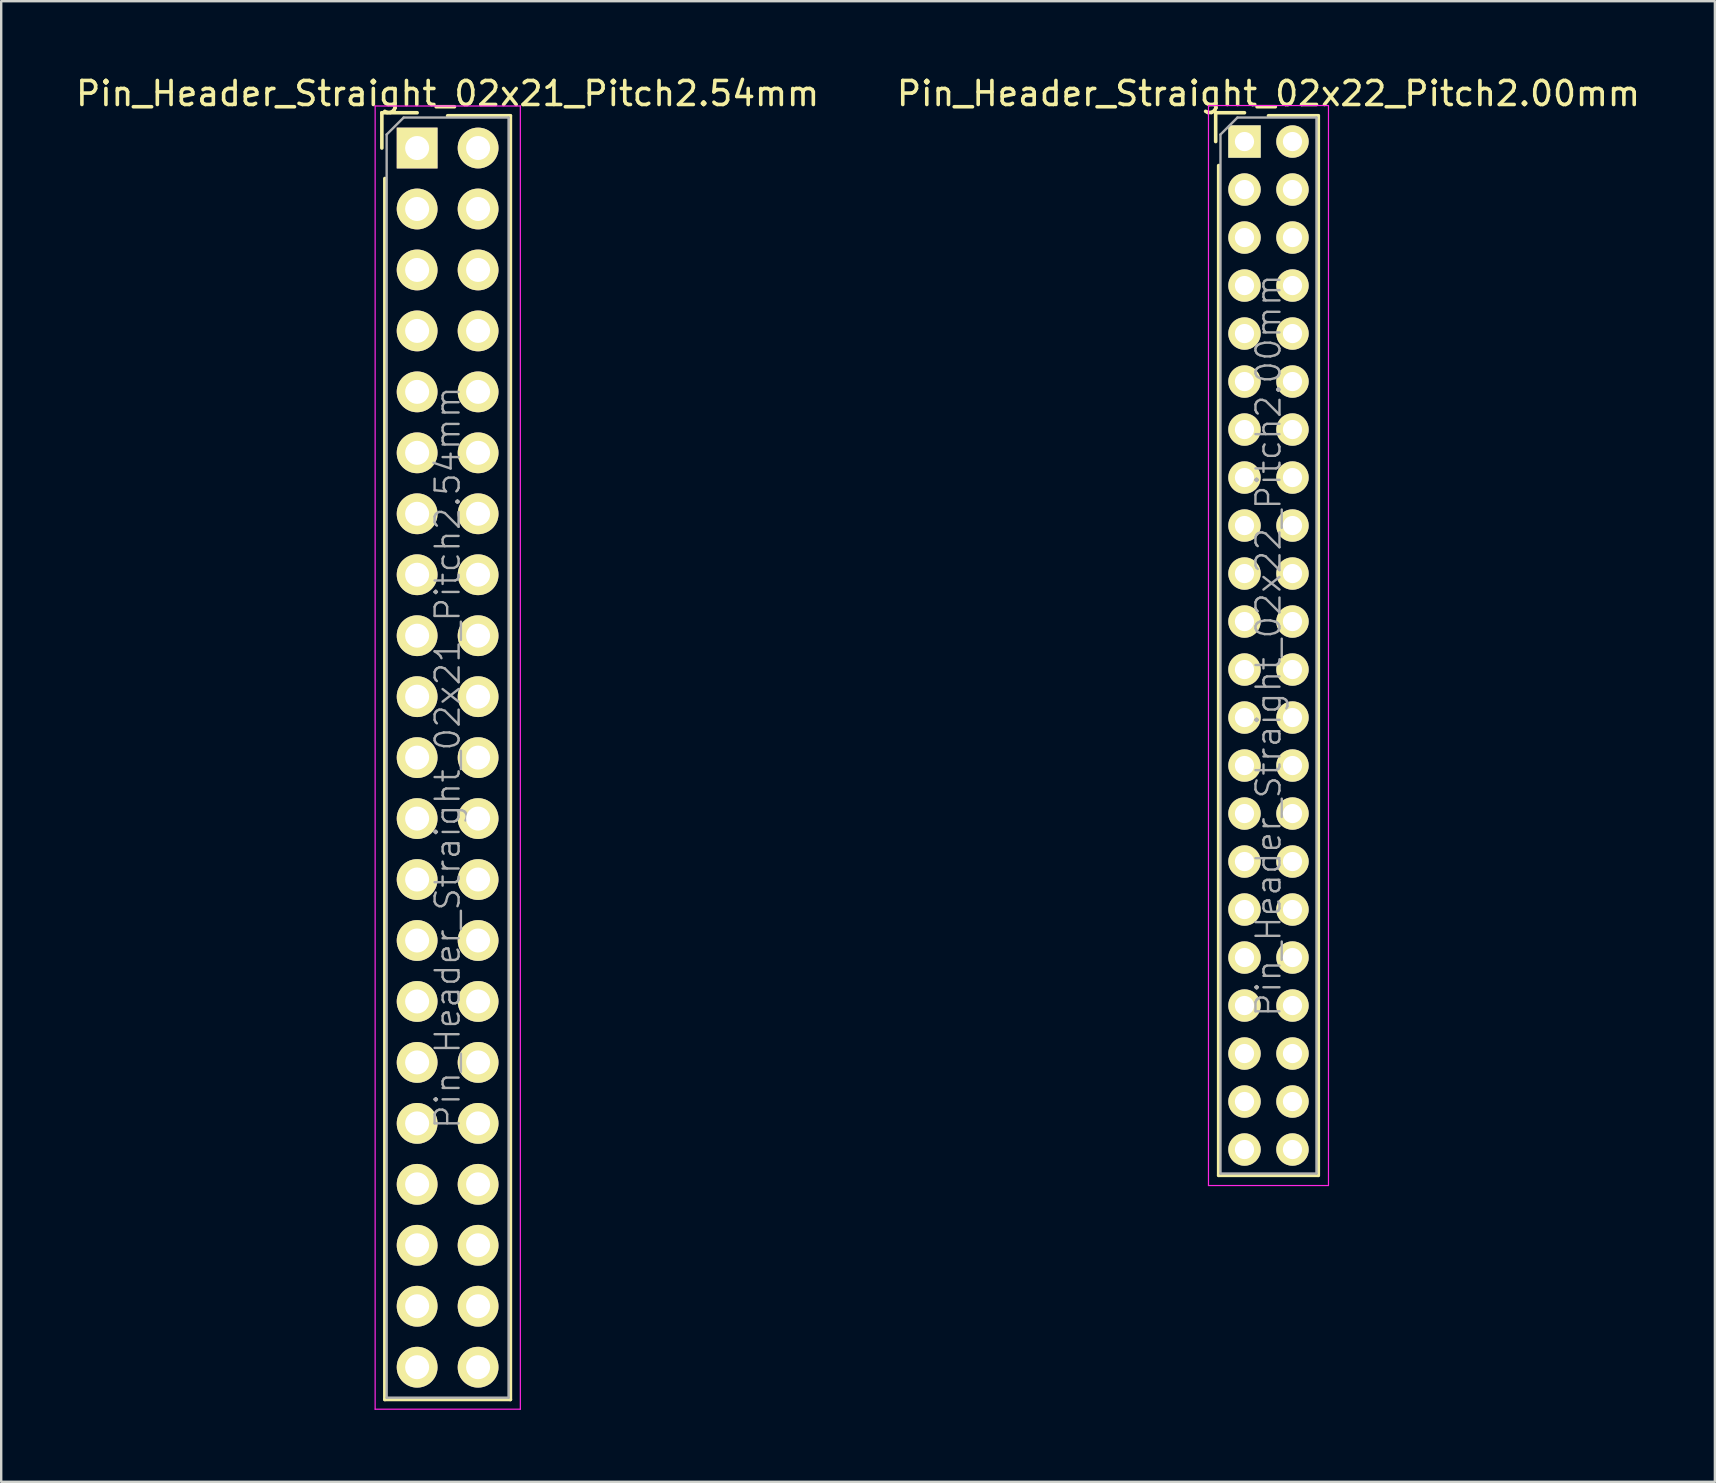
<source format=kicad_pcb>
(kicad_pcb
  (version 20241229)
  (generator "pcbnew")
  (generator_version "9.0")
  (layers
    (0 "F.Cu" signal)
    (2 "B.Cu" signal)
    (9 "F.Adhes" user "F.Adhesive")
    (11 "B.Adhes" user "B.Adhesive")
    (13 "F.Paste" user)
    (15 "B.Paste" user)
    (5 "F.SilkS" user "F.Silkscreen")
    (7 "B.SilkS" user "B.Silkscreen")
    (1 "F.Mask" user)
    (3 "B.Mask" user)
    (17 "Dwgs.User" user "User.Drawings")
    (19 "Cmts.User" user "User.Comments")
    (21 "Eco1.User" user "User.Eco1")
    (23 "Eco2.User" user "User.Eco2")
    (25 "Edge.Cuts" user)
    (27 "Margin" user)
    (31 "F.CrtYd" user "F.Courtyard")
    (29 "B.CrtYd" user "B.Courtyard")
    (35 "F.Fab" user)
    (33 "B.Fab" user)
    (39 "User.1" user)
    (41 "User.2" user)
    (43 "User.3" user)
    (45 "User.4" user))
  (footprint "Pin_Header_Straight_02x21_Pitch2.54mm"
    (layer "F.Cu")
    (at 14.331 3.118)
    (property "Reference" "Pin_Header_Straight_02x21_Pitch2.54mm" (at 1.27 -2.27 0) (layer "F.SilkS") (effects (font (size 1 1) (thickness 0.15))))
    (attr smd)
    (fp_line (start -1.47 -1.47) (end -1.47 0) (stroke (width 0.15) (type solid)) (layer "F.SilkS"))
    (fp_line (start -1.47 -1.47) (end 0 -1.47) (stroke (width 0.15) (type solid)) (layer "F.SilkS"))
    (fp_line (start -1.345 1.27) (end -1.345 52.145) (stroke (width 0.15) (type solid)) (layer "F.SilkS"))
    (fp_line (start -1.345 52.145) (end 3.885 52.145) (stroke (width 0.15) (type solid)) (layer "F.SilkS"))
    (fp_line (start 1.27 -1.345) (end 3.885 -1.345) (stroke (width 0.15) (type solid)) (layer "F.SilkS"))
    (fp_line (start 3.885 -1.345) (end 3.885 52.145) (stroke (width 0.15) (type solid)) (layer "F.SilkS"))
    (fp_line (start -1.75 -1.75) (end -1.75 52.55) (stroke (width 0.05) (type solid)) (layer "F.CrtYd"))
    (fp_line (start 4.3 -1.75) (end -1.75 -1.75) (stroke (width 0.05) (type solid)) (layer "F.CrtYd"))
    (fp_line (start 4.3 -1.75) (end 4.3 52.55) (stroke (width 0.05) (type solid)) (layer "F.CrtYd"))
    (fp_line (start 4.3 52.55) (end -1.75 52.55) (stroke (width 0.05) (type solid)) (layer "F.CrtYd"))
    (fp_line (start -1.27 -0.563) (end -0.563 -1.27) (stroke (width 0.1) (type solid)) (layer "F.Fab"))
    (fp_line (start -1.27 52.07) (end -1.27 -0.563) (stroke (width 0.1) (type solid)) (layer "F.Fab"))
    (fp_line (start 3.81 -1.27) (end -0.563 -1.27) (stroke (width 0.1) (type solid)) (layer "F.Fab"))
    (fp_line (start 3.81 52.07) (end -1.27 52.07) (stroke (width 0.1) (type solid)) (layer "F.Fab"))
    (fp_line (start 3.81 52.07) (end 3.81 -1.27) (stroke (width 0.1) (type solid)) (layer "F.Fab"))
    (fp_text user "${REFERENCE}" (at 1.27 25.4 90) (layer "F.Fab") (effects (font (size 1 1) (thickness 0.1))))
    (pad "1" thru_hole rect (at 0 0) (size 1.7 1.7) (drill 1) (layers "*.Cu" "*.Mask" "F.SilkS"))
    (pad "2" thru_hole oval (at 2.54 0) (size 1.7 1.7) (drill 1) (layers "*.Cu" "*.Mask" "F.SilkS"))
    (pad "3" thru_hole oval (at 0 2.54) (size 1.7 1.7) (drill 1) (layers "*.Cu" "*.Mask" "F.SilkS"))
    (pad "4" thru_hole oval (at 2.54 2.54) (size 1.7 1.7) (drill 1) (layers "*.Cu" "*.Mask" "F.SilkS"))
    (pad "5" thru_hole oval (at 0 5.08) (size 1.7 1.7) (drill 1) (layers "*.Cu" "*.Mask" "F.SilkS"))
    (pad "6" thru_hole oval (at 2.54 5.08) (size 1.7 1.7) (drill 1) (layers "*.Cu" "*.Mask" "F.SilkS"))
    (pad "7" thru_hole oval (at 0 7.62) (size 1.7 1.7) (drill 1) (layers "*.Cu" "*.Mask" "F.SilkS"))
    (pad "8" thru_hole oval (at 2.54 7.62) (size 1.7 1.7) (drill 1) (layers "*.Cu" "*.Mask" "F.SilkS"))
    (pad "9" thru_hole oval (at 0 10.16) (size 1.7 1.7) (drill 1) (layers "*.Cu" "*.Mask" "F.SilkS"))
    (pad "10" thru_hole oval (at 2.54 10.16) (size 1.7 1.7) (drill 1) (layers "*.Cu" "*.Mask" "F.SilkS"))
    (pad "11" thru_hole oval (at 0 12.7) (size 1.7 1.7) (drill 1) (layers "*.Cu" "*.Mask" "F.SilkS"))
    (pad "12" thru_hole oval (at 2.54 12.7) (size 1.7 1.7) (drill 1) (layers "*.Cu" "*.Mask" "F.SilkS"))
    (pad "13" thru_hole oval (at 0 15.24) (size 1.7 1.7) (drill 1) (layers "*.Cu" "*.Mask" "F.SilkS"))
    (pad "14" thru_hole oval (at 2.54 15.24) (size 1.7 1.7) (drill 1) (layers "*.Cu" "*.Mask" "F.SilkS"))
    (pad "15" thru_hole oval (at 0 17.78) (size 1.7 1.7) (drill 1) (layers "*.Cu" "*.Mask" "F.SilkS"))
    (pad "16" thru_hole oval (at 2.54 17.78) (size 1.7 1.7) (drill 1) (layers "*.Cu" "*.Mask" "F.SilkS"))
    (pad "17" thru_hole oval (at 0 20.32) (size 1.7 1.7) (drill 1) (layers "*.Cu" "*.Mask" "F.SilkS"))
    (pad "18" thru_hole oval (at 2.54 20.32) (size 1.7 1.7) (drill 1) (layers "*.Cu" "*.Mask" "F.SilkS"))
    (pad "19" thru_hole oval (at 0 22.86) (size 1.7 1.7) (drill 1) (layers "*.Cu" "*.Mask" "F.SilkS"))
    (pad "20" thru_hole oval (at 2.54 22.86) (size 1.7 1.7) (drill 1) (layers "*.Cu" "*.Mask" "F.SilkS"))
    (pad "21" thru_hole oval (at 0 25.4) (size 1.7 1.7) (drill 1) (layers "*.Cu" "*.Mask" "F.SilkS"))
    (pad "22" thru_hole oval (at 2.54 25.4) (size 1.7 1.7) (drill 1) (layers "*.Cu" "*.Mask" "F.SilkS"))
    (pad "23" thru_hole oval (at 0 27.94) (size 1.7 1.7) (drill 1) (layers "*.Cu" "*.Mask" "F.SilkS"))
    (pad "24" thru_hole oval (at 2.54 27.94) (size 1.7 1.7) (drill 1) (layers "*.Cu" "*.Mask" "F.SilkS"))
    (pad "25" thru_hole oval (at 0 30.48) (size 1.7 1.7) (drill 1) (layers "*.Cu" "*.Mask" "F.SilkS"))
    (pad "26" thru_hole oval (at 2.54 30.48) (size 1.7 1.7) (drill 1) (layers "*.Cu" "*.Mask" "F.SilkS"))
    (pad "27" thru_hole oval (at 0 33.02) (size 1.7 1.7) (drill 1) (layers "*.Cu" "*.Mask" "F.SilkS"))
    (pad "28" thru_hole oval (at 2.54 33.02) (size 1.7 1.7) (drill 1) (layers "*.Cu" "*.Mask" "F.SilkS"))
    (pad "29" thru_hole oval (at 0 35.56) (size 1.7 1.7) (drill 1) (layers "*.Cu" "*.Mask" "F.SilkS"))
    (pad "30" thru_hole oval (at 2.54 35.56) (size 1.7 1.7) (drill 1) (layers "*.Cu" "*.Mask" "F.SilkS"))
    (pad "31" thru_hole oval (at 0 38.1) (size 1.7 1.7) (drill 1) (layers "*.Cu" "*.Mask" "F.SilkS"))
    (pad "32" thru_hole oval (at 2.54 38.1) (size 1.7 1.7) (drill 1) (layers "*.Cu" "*.Mask" "F.SilkS"))
    (pad "33" thru_hole oval (at 0 40.64) (size 1.7 1.7) (drill 1) (layers "*.Cu" "*.Mask" "F.SilkS"))
    (pad "34" thru_hole oval (at 2.54 40.64) (size 1.7 1.7) (drill 1) (layers "*.Cu" "*.Mask" "F.SilkS"))
    (pad "35" thru_hole oval (at 0 43.18) (size 1.7 1.7) (drill 1) (layers "*.Cu" "*.Mask" "F.SilkS"))
    (pad "36" thru_hole oval (at 2.54 43.18) (size 1.7 1.7) (drill 1) (layers "*.Cu" "*.Mask" "F.SilkS"))
    (pad "37" thru_hole oval (at 0 45.72) (size 1.7 1.7) (drill 1) (layers "*.Cu" "*.Mask" "F.SilkS"))
    (pad "38" thru_hole oval (at 2.54 45.72) (size 1.7 1.7) (drill 1) (layers "*.Cu" "*.Mask" "F.SilkS"))
    (pad "39" thru_hole oval (at 0 48.26) (size 1.7 1.7) (drill 1) (layers "*.Cu" "*.Mask" "F.SilkS"))
    (pad "40" thru_hole oval (at 2.54 48.26) (size 1.7 1.7) (drill 1) (layers "*.Cu" "*.Mask" "F.SilkS"))
    (pad "41" thru_hole oval (at 0 50.8) (size 1.7 1.7) (drill 1) (layers "*.Cu" "*.Mask" "F.SilkS"))
    (pad "42" thru_hole oval (at 2.54 50.8) (size 1.7 1.7) (drill 1) (layers "*.Cu" "*.Mask" "F.SilkS")))
  (footprint "Pin_Header_Straight_02x22_Pitch2.00mm"
    (layer "F.Cu")
    (at 48.804 2.848)
    (property "Reference" "Pin_Header_Straight_02x22_Pitch2.00mm" (at 1 -2 0) (layer "F.SilkS") (effects (font (size 1 1) (thickness 0.15))))
    (attr smd)
    (fp_line (start -1.2 -1.2) (end -1.2 0) (stroke (width 0.15) (type solid)) (layer "F.SilkS"))
    (fp_line (start -1.2 -1.2) (end 0 -1.2) (stroke (width 0.15) (type solid)) (layer "F.SilkS"))
    (fp_line (start -1.075 1) (end -1.075 43.075) (stroke (width 0.15) (type solid)) (layer "F.SilkS"))
    (fp_line (start -1.075 43.075) (end 3.075 43.075) (stroke (width 0.15) (type solid)) (layer "F.SilkS"))
    (fp_line (start 1 -1.075) (end 3.075 -1.075) (stroke (width 0.15) (type solid)) (layer "F.SilkS"))
    (fp_line (start 3.075 -1.075) (end 3.075 43.075) (stroke (width 0.15) (type solid)) (layer "F.SilkS"))
    (fp_line (start -1.5 -1.5) (end -1.5 43.5) (stroke (width 0.05) (type solid)) (layer "F.CrtYd"))
    (fp_line (start 3.5 -1.5) (end -1.5 -1.5) (stroke (width 0.05) (type solid)) (layer "F.CrtYd"))
    (fp_line (start 3.5 -1.5) (end 3.5 43.5) (stroke (width 0.05) (type solid)) (layer "F.CrtYd"))
    (fp_line (start 3.5 43.5) (end -1.5 43.5) (stroke (width 0.05) (type solid)) (layer "F.CrtYd"))
    (fp_line (start -1 -0.293) (end -0.293 -1) (stroke (width 0.1) (type solid)) (layer "F.Fab"))
    (fp_line (start -1 43) (end -1 -0.293) (stroke (width 0.1) (type solid)) (layer "F.Fab"))
    (fp_line (start 3 -1) (end -0.293 -1) (stroke (width 0.1) (type solid)) (layer "F.Fab"))
    (fp_line (start 3 43) (end -1 43) (stroke (width 0.1) (type solid)) (layer "F.Fab"))
    (fp_line (start 3 43) (end 3 -1) (stroke (width 0.1) (type solid)) (layer "F.Fab"))
    (fp_text user "${REFERENCE}" (at 1 21 90) (layer "F.Fab") (effects (font (size 1 1) (thickness 0.1))))
    (pad "1" thru_hole rect (at 0 0) (size 1.35 1.35) (drill 0.8) (layers "*.Cu" "*.Mask" "F.SilkS"))
    (pad "2" thru_hole oval (at 2 0) (size 1.35 1.35) (drill 0.8) (layers "*.Cu" "*.Mask" "F.SilkS"))
    (pad "3" thru_hole oval (at 0 2) (size 1.35 1.35) (drill 0.8) (layers "*.Cu" "*.Mask" "F.SilkS"))
    (pad "4" thru_hole oval (at 2 2) (size 1.35 1.35) (drill 0.8) (layers "*.Cu" "*.Mask" "F.SilkS"))
    (pad "5" thru_hole oval (at 0 4) (size 1.35 1.35) (drill 0.8) (layers "*.Cu" "*.Mask" "F.SilkS"))
    (pad "6" thru_hole oval (at 2 4) (size 1.35 1.35) (drill 0.8) (layers "*.Cu" "*.Mask" "F.SilkS"))
    (pad "7" thru_hole oval (at 0 6) (size 1.35 1.35) (drill 0.8) (layers "*.Cu" "*.Mask" "F.SilkS"))
    (pad "8" thru_hole oval (at 2 6) (size 1.35 1.35) (drill 0.8) (layers "*.Cu" "*.Mask" "F.SilkS"))
    (pad "9" thru_hole oval (at 0 8) (size 1.35 1.35) (drill 0.8) (layers "*.Cu" "*.Mask" "F.SilkS"))
    (pad "10" thru_hole oval (at 2 8) (size 1.35 1.35) (drill 0.8) (layers "*.Cu" "*.Mask" "F.SilkS"))
    (pad "11" thru_hole oval (at 0 10) (size 1.35 1.35) (drill 0.8) (layers "*.Cu" "*.Mask" "F.SilkS"))
    (pad "12" thru_hole oval (at 2 10) (size 1.35 1.35) (drill 0.8) (layers "*.Cu" "*.Mask" "F.SilkS"))
    (pad "13" thru_hole oval (at 0 12) (size 1.35 1.35) (drill 0.8) (layers "*.Cu" "*.Mask" "F.SilkS"))
    (pad "14" thru_hole oval (at 2 12) (size 1.35 1.35) (drill 0.8) (layers "*.Cu" "*.Mask" "F.SilkS"))
    (pad "15" thru_hole oval (at 0 14) (size 1.35 1.35) (drill 0.8) (layers "*.Cu" "*.Mask" "F.SilkS"))
    (pad "16" thru_hole oval (at 2 14) (size 1.35 1.35) (drill 0.8) (layers "*.Cu" "*.Mask" "F.SilkS"))
    (pad "17" thru_hole oval (at 0 16) (size 1.35 1.35) (drill 0.8) (layers "*.Cu" "*.Mask" "F.SilkS"))
    (pad "18" thru_hole oval (at 2 16) (size 1.35 1.35) (drill 0.8) (layers "*.Cu" "*.Mask" "F.SilkS"))
    (pad "19" thru_hole oval (at 0 18) (size 1.35 1.35) (drill 0.8) (layers "*.Cu" "*.Mask" "F.SilkS"))
    (pad "20" thru_hole oval (at 2 18) (size 1.35 1.35) (drill 0.8) (layers "*.Cu" "*.Mask" "F.SilkS"))
    (pad "21" thru_hole oval (at 0 20) (size 1.35 1.35) (drill 0.8) (layers "*.Cu" "*.Mask" "F.SilkS"))
    (pad "22" thru_hole oval (at 2 20) (size 1.35 1.35) (drill 0.8) (layers "*.Cu" "*.Mask" "F.SilkS"))
    (pad "23" thru_hole oval (at 0 22) (size 1.35 1.35) (drill 0.8) (layers "*.Cu" "*.Mask" "F.SilkS"))
    (pad "24" thru_hole oval (at 2 22) (size 1.35 1.35) (drill 0.8) (layers "*.Cu" "*.Mask" "F.SilkS"))
    (pad "25" thru_hole oval (at 0 24) (size 1.35 1.35) (drill 0.8) (layers "*.Cu" "*.Mask" "F.SilkS"))
    (pad "26" thru_hole oval (at 2 24) (size 1.35 1.35) (drill 0.8) (layers "*.Cu" "*.Mask" "F.SilkS"))
    (pad "27" thru_hole oval (at 0 26) (size 1.35 1.35) (drill 0.8) (layers "*.Cu" "*.Mask" "F.SilkS"))
    (pad "28" thru_hole oval (at 2 26) (size 1.35 1.35) (drill 0.8) (layers "*.Cu" "*.Mask" "F.SilkS"))
    (pad "29" thru_hole oval (at 0 28) (size 1.35 1.35) (drill 0.8) (layers "*.Cu" "*.Mask" "F.SilkS"))
    (pad "30" thru_hole oval (at 2 28) (size 1.35 1.35) (drill 0.8) (layers "*.Cu" "*.Mask" "F.SilkS"))
    (pad "31" thru_hole oval (at 0 30) (size 1.35 1.35) (drill 0.8) (layers "*.Cu" "*.Mask" "F.SilkS"))
    (pad "32" thru_hole oval (at 2 30) (size 1.35 1.35) (drill 0.8) (layers "*.Cu" "*.Mask" "F.SilkS"))
    (pad "33" thru_hole oval (at 0 32) (size 1.35 1.35) (drill 0.8) (layers "*.Cu" "*.Mask" "F.SilkS"))
    (pad "34" thru_hole oval (at 2 32) (size 1.35 1.35) (drill 0.8) (layers "*.Cu" "*.Mask" "F.SilkS"))
    (pad "35" thru_hole oval (at 0 34) (size 1.35 1.35) (drill 0.8) (layers "*.Cu" "*.Mask" "F.SilkS"))
    (pad "36" thru_hole oval (at 2 34) (size 1.35 1.35) (drill 0.8) (layers "*.Cu" "*.Mask" "F.SilkS"))
    (pad "37" thru_hole oval (at 0 36) (size 1.35 1.35) (drill 0.8) (layers "*.Cu" "*.Mask" "F.SilkS"))
    (pad "38" thru_hole oval (at 2 36) (size 1.35 1.35) (drill 0.8) (layers "*.Cu" "*.Mask" "F.SilkS"))
    (pad "39" thru_hole oval (at 0 38) (size 1.35 1.35) (drill 0.8) (layers "*.Cu" "*.Mask" "F.SilkS"))
    (pad "40" thru_hole oval (at 2 38) (size 1.35 1.35) (drill 0.8) (layers "*.Cu" "*.Mask" "F.SilkS"))
    (pad "41" thru_hole oval (at 0 40) (size 1.35 1.35) (drill 0.8) (layers "*.Cu" "*.Mask" "F.SilkS"))
    (pad "42" thru_hole oval (at 2 40) (size 1.35 1.35) (drill 0.8) (layers "*.Cu" "*.Mask" "F.SilkS"))
    (pad "43" thru_hole oval (at 0 42) (size 1.35 1.35) (drill 0.8) (layers "*.Cu" "*.Mask" "F.SilkS"))
    (pad "44" thru_hole oval (at 2 42) (size 1.35 1.35) (drill 0.8) (layers "*.Cu" "*.Mask" "F.SilkS")))
  (gr_rect
    (start -3 -3)
    (end 68.405 58.693)
    (stroke (width 0.1) (type default))
    (fill no)
    (layer "Edge.Cuts")))
</source>
